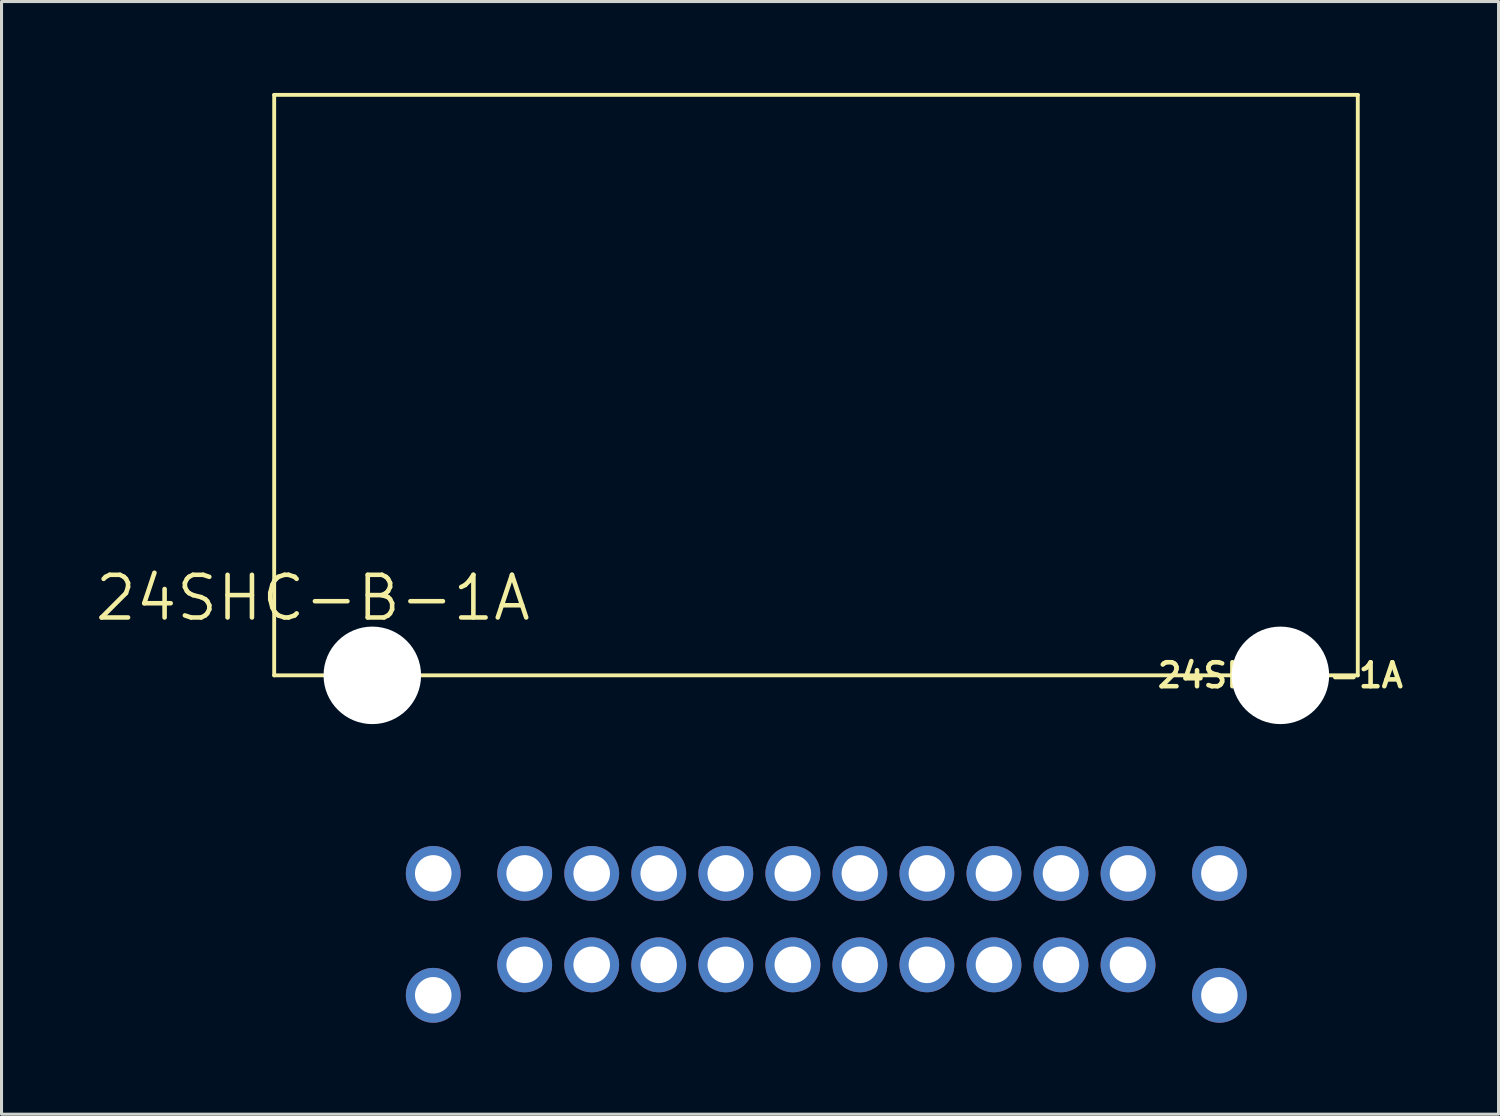
<source format=kicad_pcb>
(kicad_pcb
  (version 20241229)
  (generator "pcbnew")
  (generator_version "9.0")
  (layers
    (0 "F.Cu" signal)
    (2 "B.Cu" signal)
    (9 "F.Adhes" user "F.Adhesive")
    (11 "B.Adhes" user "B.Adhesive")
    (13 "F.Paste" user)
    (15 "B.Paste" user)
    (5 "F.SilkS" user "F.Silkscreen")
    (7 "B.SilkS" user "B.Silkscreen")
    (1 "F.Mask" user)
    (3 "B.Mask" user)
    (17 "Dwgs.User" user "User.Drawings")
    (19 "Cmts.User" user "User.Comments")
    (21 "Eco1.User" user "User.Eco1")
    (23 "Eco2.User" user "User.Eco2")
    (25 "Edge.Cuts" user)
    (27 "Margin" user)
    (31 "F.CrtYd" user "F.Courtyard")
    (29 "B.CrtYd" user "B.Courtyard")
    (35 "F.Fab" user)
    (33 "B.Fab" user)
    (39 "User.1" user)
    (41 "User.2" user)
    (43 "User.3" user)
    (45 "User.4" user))
  (footprint "24SHC-B-1A"
    (layer "F.Cu")
    (at 38.968 19.113)
    (property "Reference" "24SHC-B-1A" (at 0 0 0) (layer "F.SilkS") (effects (font (size 0.787 0.787) (thickness 0.15))))
    (attr through_hole)
    (fp_line (start -33.02 -19.05) (end 2.54 -19.05) (stroke (width 0.127) (type solid)) (layer "F.SilkS"))
    (fp_line (start -33.02 0) (end -33.02 -19.05) (stroke (width 0.127) (type solid)) (layer "F.SilkS"))
    (fp_line (start 2.54 -19.05) (end 2.54 0) (stroke (width 0.127) (type solid)) (layer "F.SilkS"))
    (fp_line (start 2.54 0) (end -33.02 0) (stroke (width 0.127) (type solid)) (layer "F.SilkS"))
    (fp_text user "24SHC-B-1A" (at -31.75 -2.54 0) (layer "F.SilkS") (effects (font (size 1.4 1.4) (thickness 0.15))))
    (pad "" np_thru_hole circle (at -29.8 0) (size 3.2 3.2) (drill 3.2) (layers "*.Cu" "*.Mask"))
    (pad "" np_thru_hole circle (at 0 0) (size 3.2 3.2) (drill 3.2) (layers "*.Cu" "*.Mask"))
    (pad "P$2" thru_hole circle (at -2 6.5) (size 1.8 1.8) (drill 1.2) (layers "*.Cu" "*.Mask"))
    (pad "P$3" thru_hole circle (at -2 10.5) (size 1.8 1.8) (drill 1.2) (layers "*.Cu" "*.Mask"))
    (pad "P$4" thru_hole circle (at -5 6.5) (size 1.8 1.8) (drill 1.2) (layers "*.Cu" "*.Mask"))
    (pad "P$5" thru_hole circle (at -5 9.5) (size 1.8 1.8) (drill 1.2) (layers "*.Cu" "*.Mask"))
    (pad "P$6" thru_hole circle (at -7.2 6.5) (size 1.8 1.8) (drill 1.2) (layers "*.Cu" "*.Mask"))
    (pad "P$7" thru_hole circle (at -7.2 9.5) (size 1.8 1.8) (drill 1.2) (layers "*.Cu" "*.Mask"))
    (pad "P$8" thru_hole circle (at -9.4 6.5) (size 1.8 1.8) (drill 1.2) (layers "*.Cu" "*.Mask"))
    (pad "P$9" thru_hole circle (at -9.4 9.5) (size 1.8 1.8) (drill 1.2) (layers "*.Cu" "*.Mask"))
    (pad "P$10" thru_hole circle (at -11.6 6.5) (size 1.8 1.8) (drill 1.2) (layers "*.Cu" "*.Mask"))
    (pad "P$11" thru_hole circle (at -11.6 9.5) (size 1.8 1.8) (drill 1.2) (layers "*.Cu" "*.Mask"))
    (pad "P$12" thru_hole circle (at -13.8 6.5) (size 1.8 1.8) (drill 1.2) (layers "*.Cu" "*.Mask"))
    (pad "P$13" thru_hole circle (at -13.8 9.5) (size 1.8 1.8) (drill 1.2) (layers "*.Cu" "*.Mask"))
    (pad "P$14" thru_hole circle (at -16 6.5) (size 1.8 1.8) (drill 1.2) (layers "*.Cu" "*.Mask"))
    (pad "P$15" thru_hole circle (at -16 9.5) (size 1.8 1.8) (drill 1.2) (layers "*.Cu" "*.Mask"))
    (pad "P$16" thru_hole circle (at -18.2 6.5) (size 1.8 1.8) (drill 1.2) (layers "*.Cu" "*.Mask"))
    (pad "P$17" thru_hole circle (at -18.2 9.5) (size 1.8 1.8) (drill 1.2) (layers "*.Cu" "*.Mask"))
    (pad "P$18" thru_hole circle (at -20.4 6.5) (size 1.8 1.8) (drill 1.2) (layers "*.Cu" "*.Mask"))
    (pad "P$19" thru_hole circle (at -20.4 9.5) (size 1.8 1.8) (drill 1.2) (layers "*.Cu" "*.Mask"))
    (pad "P$20" thru_hole circle (at -22.6 6.5) (size 1.8 1.8) (drill 1.2) (layers "*.Cu" "*.Mask"))
    (pad "P$21" thru_hole circle (at -22.6 9.5) (size 1.8 1.8) (drill 1.2) (layers "*.Cu" "*.Mask"))
    (pad "P$22" thru_hole circle (at -24.8 6.5) (size 1.8 1.8) (drill 1.2) (layers "*.Cu" "*.Mask"))
    (pad "P$23" thru_hole circle (at -24.8 9.5) (size 1.8 1.8) (drill 1.2) (layers "*.Cu" "*.Mask"))
    (pad "P$24" thru_hole circle (at -27.8 6.5) (size 1.8 1.8) (drill 1.2) (layers "*.Cu" "*.Mask"))
    (pad "P$25" thru_hole circle (at -27.8 10.5) (size 1.8 1.8) (drill 1.2) (layers "*.Cu" "*.Mask")))
  (gr_rect
    (start -3 -3)
    (end 46.127 33.514)
    (stroke (width 0.1) (type default))
    (fill no)
    (layer "Edge.Cuts")))
</source>
